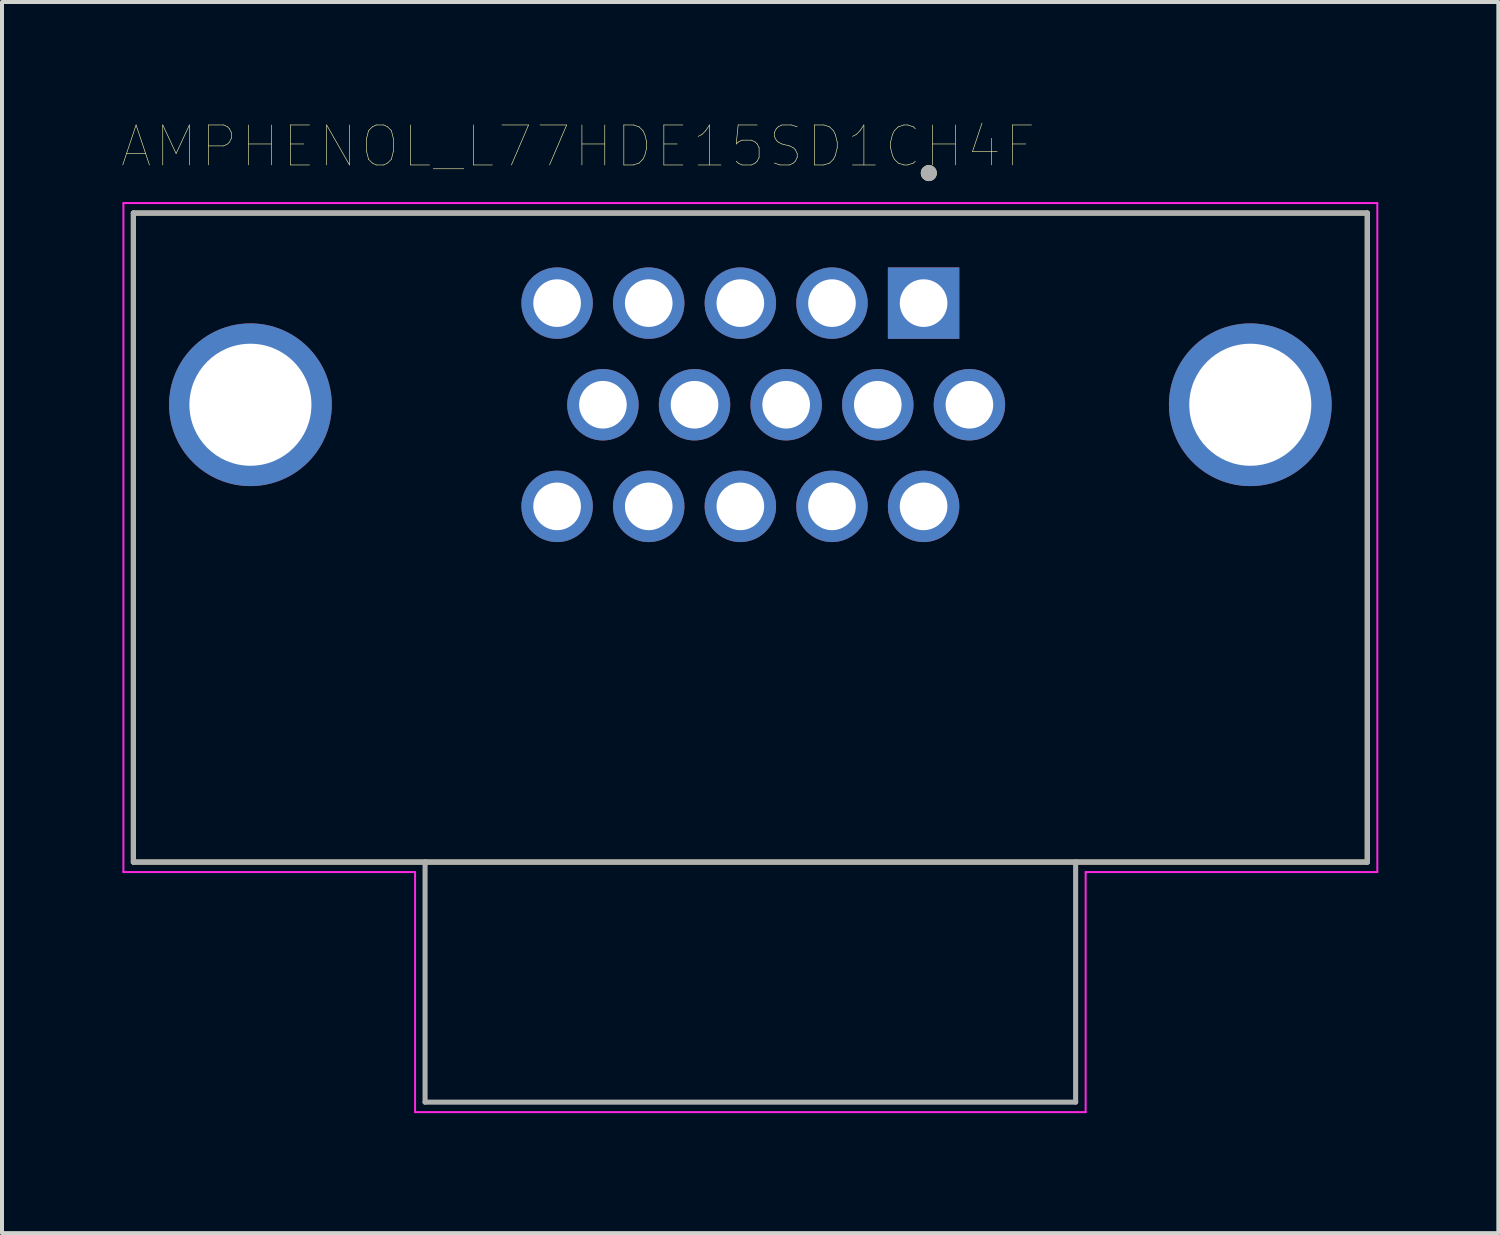
<source format=kicad_pcb>
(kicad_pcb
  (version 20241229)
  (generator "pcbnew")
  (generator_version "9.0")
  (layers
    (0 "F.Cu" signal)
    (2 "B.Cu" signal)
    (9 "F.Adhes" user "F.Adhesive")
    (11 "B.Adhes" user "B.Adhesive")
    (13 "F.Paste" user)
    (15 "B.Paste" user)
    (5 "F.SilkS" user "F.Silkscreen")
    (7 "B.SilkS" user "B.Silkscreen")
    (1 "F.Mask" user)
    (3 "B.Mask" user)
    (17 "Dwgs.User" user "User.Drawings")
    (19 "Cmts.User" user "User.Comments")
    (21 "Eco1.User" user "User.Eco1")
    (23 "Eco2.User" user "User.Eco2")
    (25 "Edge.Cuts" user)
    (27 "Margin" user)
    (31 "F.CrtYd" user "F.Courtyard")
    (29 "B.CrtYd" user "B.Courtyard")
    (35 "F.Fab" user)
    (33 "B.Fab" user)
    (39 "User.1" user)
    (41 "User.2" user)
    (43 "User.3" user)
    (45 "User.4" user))
  (footprint "AMPHENOL_L77HDE15SD1CH4F"
    (layer "F.Cu")
    (at 15.704 7.066)
    (property "Reference" "AMPHENOL_L77HDE15SD1CH4F" (at -4.305 -6.455 0) (layer "F.SilkS") (effects (font (size 1 1) (thickness 0.015))))
    (attr through_hole)
    (fp_line (start -15.42 -4.79) (end -15.42 11.43) (stroke (width 0.127) (type solid)) (layer "F.SilkS"))
    (fp_line (start -15.42 11.43) (end 15.42 11.43) (stroke (width 0.127) (type solid)) (layer "F.SilkS"))
    (fp_line (start 15.42 -4.79) (end -15.42 -4.79) (stroke (width 0.127) (type solid)) (layer "F.SilkS"))
    (fp_line (start 15.42 11.43) (end 15.42 -4.79) (stroke (width 0.127) (type solid)) (layer "F.SilkS"))
    (fp_circle (center 4.46 -5.79) (end 4.56 -5.79) (stroke (width 0.2) (type solid)) (fill no) (layer "F.SilkS"))
    (fp_line (start -15.67 -5.04) (end -15.67 11.68) (stroke (width 0.05) (type solid)) (layer "F.CrtYd"))
    (fp_line (start -15.67 11.68) (end -8.38 11.68) (stroke (width 0.05) (type solid)) (layer "F.CrtYd"))
    (fp_line (start -8.38 11.68) (end -8.38 17.68) (stroke (width 0.05) (type solid)) (layer "F.CrtYd"))
    (fp_line (start -8.38 17.68) (end 8.38 17.68) (stroke (width 0.05) (type solid)) (layer "F.CrtYd"))
    (fp_line (start 8.38 11.68) (end 15.67 11.68) (stroke (width 0.05) (type solid)) (layer "F.CrtYd"))
    (fp_line (start 8.38 17.68) (end 8.38 11.68) (stroke (width 0.05) (type solid)) (layer "F.CrtYd"))
    (fp_line (start 15.67 -5.04) (end -15.67 -5.04) (stroke (width 0.05) (type solid)) (layer "F.CrtYd"))
    (fp_line (start 15.67 11.68) (end 15.67 -5.04) (stroke (width 0.05) (type solid)) (layer "F.CrtYd"))
    (fp_line (start -15.42 -4.79) (end -15.42 11.43) (stroke (width 0.127) (type solid)) (layer "F.Fab"))
    (fp_line (start -15.42 11.43) (end -8.13 11.43) (stroke (width 0.127) (type solid)) (layer "F.Fab"))
    (fp_line (start -8.13 11.43) (end -8.13 17.43) (stroke (width 0.127) (type solid)) (layer "F.Fab"))
    (fp_line (start -8.13 17.43) (end 8.13 17.43) (stroke (width 0.127) (type solid)) (layer "F.Fab"))
    (fp_line (start 8.13 11.43) (end -8.13 11.43) (stroke (width 0.127) (type solid)) (layer "F.Fab"))
    (fp_line (start 8.13 11.43) (end 15.42 11.43) (stroke (width 0.127) (type solid)) (layer "F.Fab"))
    (fp_line (start 8.13 17.43) (end 8.13 11.43) (stroke (width 0.127) (type solid)) (layer "F.Fab"))
    (fp_line (start 15.42 -4.79) (end -15.42 -4.79) (stroke (width 0.127) (type solid)) (layer "F.Fab"))
    (fp_line (start 15.42 11.43) (end 15.42 -4.79) (stroke (width 0.127) (type solid)) (layer "F.Fab"))
    (fp_circle (center 4.46 -5.79) (end 4.56 -5.79) (stroke (width 0.2) (type solid)) (fill no) (layer "F.Fab"))
    (pad "1" thru_hole rect (at 4.33 -2.54) (size 1.785 1.785) (drill 1.19) (layers "*.Cu" "*.Mask"))
    (pad "2" thru_hole circle (at 2.04 -2.54) (size 1.785 1.785) (drill 1.19) (layers "*.Cu" "*.Mask"))
    (pad "3" thru_hole circle (at -0.25 -2.54) (size 1.785 1.785) (drill 1.19) (layers "*.Cu" "*.Mask"))
    (pad "4" thru_hole circle (at -2.54 -2.54) (size 1.785 1.785) (drill 1.19) (layers "*.Cu" "*.Mask"))
    (pad "5" thru_hole circle (at -4.83 -2.54) (size 1.785 1.785) (drill 1.19) (layers "*.Cu" "*.Mask"))
    (pad "6" thru_hole circle (at 5.475 0) (size 1.785 1.785) (drill 1.19) (layers "*.Cu" "*.Mask"))
    (pad "7" thru_hole circle (at 3.185 0) (size 1.785 1.785) (drill 1.19) (layers "*.Cu" "*.Mask"))
    (pad "8" thru_hole circle (at 0.895 0) (size 1.785 1.785) (drill 1.19) (layers "*.Cu" "*.Mask"))
    (pad "9" thru_hole circle (at -1.395 0) (size 1.785 1.785) (drill 1.19) (layers "*.Cu" "*.Mask"))
    (pad "10" thru_hole circle (at -3.685 0) (size 1.785 1.785) (drill 1.19) (layers "*.Cu" "*.Mask"))
    (pad "11" thru_hole circle (at 4.33 2.54) (size 1.785 1.785) (drill 1.19) (layers "*.Cu" "*.Mask"))
    (pad "12" thru_hole circle (at 2.04 2.54) (size 1.785 1.785) (drill 1.19) (layers "*.Cu" "*.Mask"))
    (pad "13" thru_hole circle (at -0.25 2.54) (size 1.785 1.785) (drill 1.19) (layers "*.Cu" "*.Mask"))
    (pad "14" thru_hole circle (at -2.54 2.54) (size 1.785 1.785) (drill 1.19) (layers "*.Cu" "*.Mask"))
    (pad "15" thru_hole circle (at -4.83 2.54) (size 1.785 1.785) (drill 1.19) (layers "*.Cu" "*.Mask"))
    (pad "S" thru_hole circle (at -12.495 0) (size 4.066 4.066) (drill 3.05) (layers "*.Cu" "*.Mask"))
    (pad "S" thru_hole circle (at 12.495 0) (size 4.066 4.066) (drill 3.05) (layers "*.Cu" "*.Mask")))
  (gr_rect
    (start -3 -3)
    (end 34.399 27.771)
    (stroke (width 0.1) (type default))
    (fill no)
    (layer "Edge.Cuts")))
</source>
